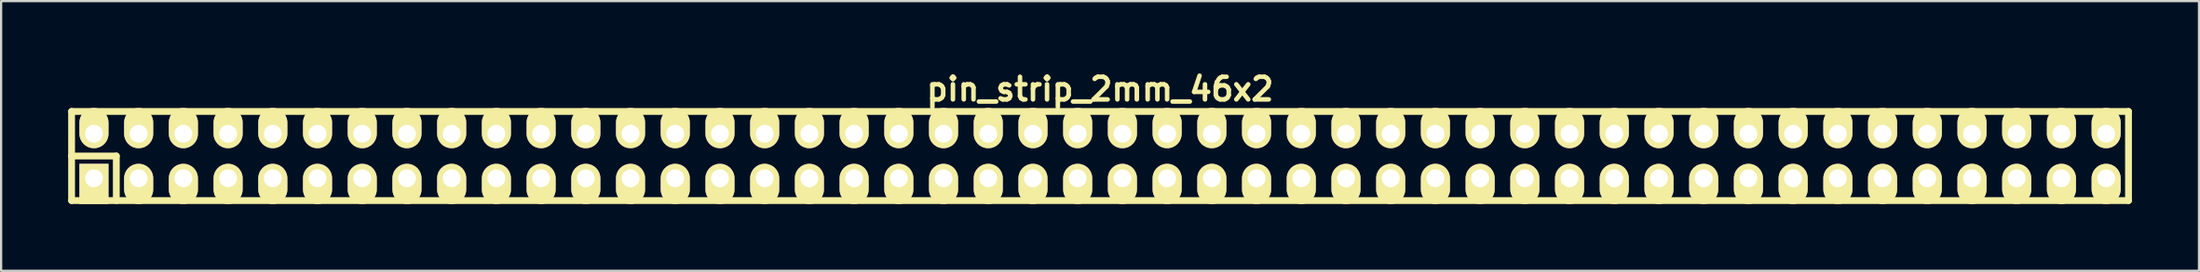
<source format=kicad_pcb>
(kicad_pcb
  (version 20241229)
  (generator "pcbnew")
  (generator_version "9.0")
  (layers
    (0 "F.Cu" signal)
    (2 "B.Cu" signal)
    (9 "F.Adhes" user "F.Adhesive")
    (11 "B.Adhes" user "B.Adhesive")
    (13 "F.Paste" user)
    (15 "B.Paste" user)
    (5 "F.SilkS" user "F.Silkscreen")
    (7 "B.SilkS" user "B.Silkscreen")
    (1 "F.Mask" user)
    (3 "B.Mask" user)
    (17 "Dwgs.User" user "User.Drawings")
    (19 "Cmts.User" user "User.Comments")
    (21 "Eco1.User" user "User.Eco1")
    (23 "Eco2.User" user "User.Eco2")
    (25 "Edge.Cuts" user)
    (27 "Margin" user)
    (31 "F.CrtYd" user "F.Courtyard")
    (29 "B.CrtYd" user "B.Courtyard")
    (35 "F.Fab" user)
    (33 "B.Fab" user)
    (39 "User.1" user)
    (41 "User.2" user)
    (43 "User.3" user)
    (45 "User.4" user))
  (footprint "pin_strip_2mm_46x2"
    (layer "F.Cu")
    (at 46.152 3.951)
    (property "Reference" "pin_strip_2mm_46x2" (at 0 -3 0) (layer "F.SilkS") (effects (font (size 1.016 1.016) (thickness 0.203))))
    (attr through_hole)
    (fp_line (start -46 -2) (end 46 -2) (stroke (width 0.305) (type solid)) (layer "F.SilkS"))
    (fp_line (start -46 0) (end -44 0) (stroke (width 0.305) (type solid)) (layer "F.SilkS"))
    (fp_line (start -46 2) (end -46 -2) (stroke (width 0.305) (type solid)) (layer "F.SilkS"))
    (fp_line (start -44 0) (end -44 2) (stroke (width 0.305) (type solid)) (layer "F.SilkS"))
    (fp_line (start 46 -2) (end 46 2) (stroke (width 0.305) (type solid)) (layer "F.SilkS"))
    (fp_line (start 46 2) (end -46 2) (stroke (width 0.305) (type solid)) (layer "F.SilkS"))
    (pad "1" thru_hole rect (at -45 1) (size 1.3 1.8) (drill 0.8 (offset 0 0.25)) (layers "*.Cu" "*.Mask" "F.SilkS"))
    (pad "2" thru_hole oval (at -45 -1) (size 1.3 1.8) (drill 0.8 (offset 0 -0.25)) (layers "*.Cu" "*.Mask" "F.SilkS"))
    (pad "3" thru_hole oval (at -43 1) (size 1.3 1.8) (drill 0.8 (offset 0 0.25)) (layers "*.Cu" "*.Mask" "F.SilkS"))
    (pad "4" thru_hole oval (at -43 -1) (size 1.3 1.8) (drill 0.8 (offset 0 -0.25)) (layers "*.Cu" "*.Mask" "F.SilkS"))
    (pad "5" thru_hole oval (at -41 1) (size 1.3 1.8) (drill 0.8 (offset 0 0.25)) (layers "*.Cu" "*.Mask" "F.SilkS"))
    (pad "6" thru_hole oval (at -41 -1) (size 1.3 1.8) (drill 0.8 (offset 0 -0.25)) (layers "*.Cu" "*.Mask" "F.SilkS"))
    (pad "7" thru_hole oval (at -39 1) (size 1.3 1.8) (drill 0.8 (offset 0 0.25)) (layers "*.Cu" "*.Mask" "F.SilkS"))
    (pad "8" thru_hole oval (at -39 -1) (size 1.3 1.8) (drill 0.8 (offset 0 -0.25)) (layers "*.Cu" "*.Mask" "F.SilkS"))
    (pad "9" thru_hole oval (at -37 1) (size 1.3 1.8) (drill 0.8 (offset 0 0.25)) (layers "*.Cu" "*.Mask" "F.SilkS"))
    (pad "10" thru_hole oval (at -37 -1) (size 1.3 1.8) (drill 0.8 (offset 0 -0.25)) (layers "*.Cu" "*.Mask" "F.SilkS"))
    (pad "11" thru_hole oval (at -35 1) (size 1.3 1.8) (drill 0.8 (offset 0 0.25)) (layers "*.Cu" "*.Mask" "F.SilkS"))
    (pad "12" thru_hole oval (at -35 -1) (size 1.3 1.8) (drill 0.8 (offset 0 -0.25)) (layers "*.Cu" "*.Mask" "F.SilkS"))
    (pad "13" thru_hole oval (at -33 1) (size 1.3 1.8) (drill 0.8 (offset 0 0.25)) (layers "*.Cu" "*.Mask" "F.SilkS"))
    (pad "14" thru_hole oval (at -33 -1) (size 1.3 1.8) (drill 0.8 (offset 0 -0.25)) (layers "*.Cu" "*.Mask" "F.SilkS"))
    (pad "15" thru_hole oval (at -31 1) (size 1.3 1.8) (drill 0.8 (offset 0 0.25)) (layers "*.Cu" "*.Mask" "F.SilkS"))
    (pad "16" thru_hole oval (at -31 -1) (size 1.3 1.8) (drill 0.8 (offset 0 -0.25)) (layers "*.Cu" "*.Mask" "F.SilkS"))
    (pad "17" thru_hole oval (at -29 1) (size 1.3 1.8) (drill 0.8 (offset 0 0.25)) (layers "*.Cu" "*.Mask" "F.SilkS"))
    (pad "18" thru_hole oval (at -29 -1) (size 1.3 1.8) (drill 0.8 (offset 0 -0.25)) (layers "*.Cu" "*.Mask" "F.SilkS"))
    (pad "19" thru_hole oval (at -27 1) (size 1.3 1.8) (drill 0.8 (offset 0 0.25)) (layers "*.Cu" "*.Mask" "F.SilkS"))
    (pad "20" thru_hole oval (at -27 -1) (size 1.3 1.8) (drill 0.8 (offset 0 -0.25)) (layers "*.Cu" "*.Mask" "F.SilkS"))
    (pad "21" thru_hole oval (at -25 1) (size 1.3 1.8) (drill 0.8 (offset 0 0.25)) (layers "*.Cu" "*.Mask" "F.SilkS"))
    (pad "22" thru_hole oval (at -25 -1) (size 1.3 1.8) (drill 0.8 (offset 0 -0.25)) (layers "*.Cu" "*.Mask" "F.SilkS"))
    (pad "23" thru_hole oval (at -23 1) (size 1.3 1.8) (drill 0.8 (offset 0 0.25)) (layers "*.Cu" "*.Mask" "F.SilkS"))
    (pad "24" thru_hole oval (at -23 -1) (size 1.3 1.8) (drill 0.8 (offset 0 -0.25)) (layers "*.Cu" "*.Mask" "F.SilkS"))
    (pad "25" thru_hole oval (at -21 1) (size 1.3 1.8) (drill 0.8 (offset 0 0.25)) (layers "*.Cu" "*.Mask" "F.SilkS"))
    (pad "26" thru_hole oval (at -21 -1) (size 1.3 1.8) (drill 0.8 (offset 0 -0.25)) (layers "*.Cu" "*.Mask" "F.SilkS"))
    (pad "27" thru_hole oval (at -19 1) (size 1.3 1.8) (drill 0.8 (offset 0 0.25)) (layers "*.Cu" "*.Mask" "F.SilkS"))
    (pad "28" thru_hole oval (at -19 -1) (size 1.3 1.8) (drill 0.8 (offset 0 -0.25)) (layers "*.Cu" "*.Mask" "F.SilkS"))
    (pad "29" thru_hole oval (at -17 1) (size 1.3 1.8) (drill 0.8 (offset 0 0.25)) (layers "*.Cu" "*.Mask" "F.SilkS"))
    (pad "30" thru_hole oval (at -17 -1) (size 1.3 1.8) (drill 0.8 (offset 0 -0.25)) (layers "*.Cu" "*.Mask" "F.SilkS"))
    (pad "31" thru_hole oval (at -15 1) (size 1.3 1.8) (drill 0.8 (offset 0 0.25)) (layers "*.Cu" "*.Mask" "F.SilkS"))
    (pad "32" thru_hole oval (at -15 -1) (size 1.3 1.8) (drill 0.8 (offset 0 -0.25)) (layers "*.Cu" "*.Mask" "F.SilkS"))
    (pad "33" thru_hole oval (at -13 1) (size 1.3 1.8) (drill 0.8 (offset 0 0.25)) (layers "*.Cu" "*.Mask" "F.SilkS"))
    (pad "34" thru_hole oval (at -13 -1) (size 1.3 1.8) (drill 0.8 (offset 0 -0.25)) (layers "*.Cu" "*.Mask" "F.SilkS"))
    (pad "35" thru_hole oval (at -11 1) (size 1.3 1.8) (drill 0.8 (offset 0 0.25)) (layers "*.Cu" "*.Mask" "F.SilkS"))
    (pad "36" thru_hole oval (at -11 -1) (size 1.3 1.8) (drill 0.8 (offset 0 -0.25)) (layers "*.Cu" "*.Mask" "F.SilkS"))
    (pad "37" thru_hole oval (at -9 1) (size 1.3 1.8) (drill 0.8 (offset 0 0.25)) (layers "*.Cu" "*.Mask" "F.SilkS"))
    (pad "38" thru_hole oval (at -9 -1) (size 1.3 1.8) (drill 0.8 (offset 0 -0.25)) (layers "*.Cu" "*.Mask" "F.SilkS"))
    (pad "39" thru_hole oval (at -7 1) (size 1.3 1.8) (drill 0.8 (offset 0 0.25)) (layers "*.Cu" "*.Mask" "F.SilkS"))
    (pad "40" thru_hole oval (at -7 -1) (size 1.3 1.8) (drill 0.8 (offset 0 -0.25)) (layers "*.Cu" "*.Mask" "F.SilkS"))
    (pad "41" thru_hole oval (at -5 1) (size 1.3 1.8) (drill 0.8 (offset 0 0.25)) (layers "*.Cu" "*.Mask" "F.SilkS"))
    (pad "42" thru_hole oval (at -5 -1) (size 1.3 1.8) (drill 0.8 (offset 0 -0.25)) (layers "*.Cu" "*.Mask" "F.SilkS"))
    (pad "43" thru_hole oval (at -3 1) (size 1.3 1.8) (drill 0.8 (offset 0 0.25)) (layers "*.Cu" "*.Mask" "F.SilkS"))
    (pad "44" thru_hole oval (at -3 -1) (size 1.3 1.8) (drill 0.8 (offset 0 -0.25)) (layers "*.Cu" "*.Mask" "F.SilkS"))
    (pad "45" thru_hole oval (at -1 1) (size 1.3 1.8) (drill 0.8 (offset 0 0.25)) (layers "*.Cu" "*.Mask" "F.SilkS"))
    (pad "46" thru_hole oval (at -1 -1) (size 1.3 1.8) (drill 0.8 (offset 0 -0.25)) (layers "*.Cu" "*.Mask" "F.SilkS"))
    (pad "47" thru_hole oval (at 1 1) (size 1.3 1.8) (drill 0.8 (offset 0 0.25)) (layers "*.Cu" "*.Mask" "F.SilkS"))
    (pad "48" thru_hole oval (at 1 -1) (size 1.3 1.8) (drill 0.8 (offset 0 -0.25)) (layers "*.Cu" "*.Mask" "F.SilkS"))
    (pad "49" thru_hole oval (at 3 1) (size 1.3 1.8) (drill 0.8 (offset 0 0.25)) (layers "*.Cu" "*.Mask" "F.SilkS"))
    (pad "50" thru_hole oval (at 3 -1) (size 1.3 1.8) (drill 0.8 (offset 0 -0.25)) (layers "*.Cu" "*.Mask" "F.SilkS"))
    (pad "51" thru_hole oval (at 5 1) (size 1.3 1.8) (drill 0.8 (offset 0 0.25)) (layers "*.Cu" "*.Mask" "F.SilkS"))
    (pad "52" thru_hole oval (at 5 -1) (size 1.3 1.8) (drill 0.8 (offset 0 -0.25)) (layers "*.Cu" "*.Mask" "F.SilkS"))
    (pad "53" thru_hole oval (at 7 1) (size 1.3 1.8) (drill 0.8 (offset 0 0.25)) (layers "*.Cu" "*.Mask" "F.SilkS"))
    (pad "54" thru_hole oval (at 7 -1) (size 1.3 1.8) (drill 0.8 (offset 0 -0.25)) (layers "*.Cu" "*.Mask" "F.SilkS"))
    (pad "55" thru_hole oval (at 9 1) (size 1.3 1.8) (drill 0.8 (offset 0 0.25)) (layers "*.Cu" "*.Mask" "F.SilkS"))
    (pad "56" thru_hole oval (at 9 -1) (size 1.3 1.8) (drill 0.8 (offset 0 -0.25)) (layers "*.Cu" "*.Mask" "F.SilkS"))
    (pad "57" thru_hole oval (at 11 1) (size 1.3 1.8) (drill 0.8 (offset 0 0.25)) (layers "*.Cu" "*.Mask" "F.SilkS"))
    (pad "58" thru_hole oval (at 11 -1) (size 1.3 1.8) (drill 0.8 (offset 0 -0.25)) (layers "*.Cu" "*.Mask" "F.SilkS"))
    (pad "59" thru_hole oval (at 13 1) (size 1.3 1.8) (drill 0.8 (offset 0 0.25)) (layers "*.Cu" "*.Mask" "F.SilkS"))
    (pad "60" thru_hole oval (at 13 -1) (size 1.3 1.8) (drill 0.8 (offset 0 -0.25)) (layers "*.Cu" "*.Mask" "F.SilkS"))
    (pad "61" thru_hole oval (at 15 1) (size 1.3 1.8) (drill 0.8 (offset 0 0.25)) (layers "*.Cu" "*.Mask" "F.SilkS"))
    (pad "62" thru_hole oval (at 15 -1) (size 1.3 1.8) (drill 0.8 (offset 0 -0.25)) (layers "*.Cu" "*.Mask" "F.SilkS"))
    (pad "63" thru_hole oval (at 17 1) (size 1.3 1.8) (drill 0.8 (offset 0 0.25)) (layers "*.Cu" "*.Mask" "F.SilkS"))
    (pad "64" thru_hole oval (at 17 -1) (size 1.3 1.8) (drill 0.8 (offset 0 -0.25)) (layers "*.Cu" "*.Mask" "F.SilkS"))
    (pad "65" thru_hole oval (at 19 1) (size 1.3 1.8) (drill 0.8 (offset 0 0.25)) (layers "*.Cu" "*.Mask" "F.SilkS"))
    (pad "66" thru_hole oval (at 19 -1) (size 1.3 1.8) (drill 0.8 (offset 0 -0.25)) (layers "*.Cu" "*.Mask" "F.SilkS"))
    (pad "67" thru_hole oval (at 21 1) (size 1.3 1.8) (drill 0.8 (offset 0 0.25)) (layers "*.Cu" "*.Mask" "F.SilkS"))
    (pad "68" thru_hole oval (at 21 -1) (size 1.3 1.8) (drill 0.8 (offset 0 -0.25)) (layers "*.Cu" "*.Mask" "F.SilkS"))
    (pad "69" thru_hole oval (at 23 1) (size 1.3 1.8) (drill 0.8 (offset 0 0.25)) (layers "*.Cu" "*.Mask" "F.SilkS"))
    (pad "70" thru_hole oval (at 23 -1) (size 1.3 1.8) (drill 0.8 (offset 0 -0.25)) (layers "*.Cu" "*.Mask" "F.SilkS"))
    (pad "71" thru_hole oval (at 25 1) (size 1.3 1.8) (drill 0.8 (offset 0 0.25)) (layers "*.Cu" "*.Mask" "F.SilkS"))
    (pad "72" thru_hole oval (at 25 -1) (size 1.3 1.8) (drill 0.8 (offset 0 -0.25)) (layers "*.Cu" "*.Mask" "F.SilkS"))
    (pad "73" thru_hole oval (at 27 1) (size 1.3 1.8) (drill 0.8 (offset 0 0.25)) (layers "*.Cu" "*.Mask" "F.SilkS"))
    (pad "74" thru_hole oval (at 27 -1) (size 1.3 1.8) (drill 0.8 (offset 0 -0.25)) (layers "*.Cu" "*.Mask" "F.SilkS"))
    (pad "75" thru_hole oval (at 29 1) (size 1.3 1.8) (drill 0.8 (offset 0 0.25)) (layers "*.Cu" "*.Mask" "F.SilkS"))
    (pad "76" thru_hole oval (at 29 -1) (size 1.3 1.8) (drill 0.8 (offset 0 -0.25)) (layers "*.Cu" "*.Mask" "F.SilkS"))
    (pad "77" thru_hole oval (at 31 1) (size 1.3 1.8) (drill 0.8 (offset 0 0.25)) (layers "*.Cu" "*.Mask" "F.SilkS"))
    (pad "78" thru_hole oval (at 31 -1) (size 1.3 1.8) (drill 0.8 (offset 0 -0.25)) (layers "*.Cu" "*.Mask" "F.SilkS"))
    (pad "79" thru_hole oval (at 33 1) (size 1.3 1.8) (drill 0.8 (offset 0 0.25)) (layers "*.Cu" "*.Mask" "F.SilkS"))
    (pad "80" thru_hole oval (at 33 -1) (size 1.3 1.8) (drill 0.8 (offset 0 -0.25)) (layers "*.Cu" "*.Mask" "F.SilkS"))
    (pad "81" thru_hole oval (at 35 1) (size 1.3 1.8) (drill 0.8 (offset 0 0.25)) (layers "*.Cu" "*.Mask" "F.SilkS"))
    (pad "82" thru_hole oval (at 35 -1) (size 1.3 1.8) (drill 0.8 (offset 0 -0.25)) (layers "*.Cu" "*.Mask" "F.SilkS"))
    (pad "83" thru_hole oval (at 37 1) (size 1.3 1.8) (drill 0.8 (offset 0 0.25)) (layers "*.Cu" "*.Mask" "F.SilkS"))
    (pad "84" thru_hole oval (at 37 -1) (size 1.3 1.8) (drill 0.8 (offset 0 -0.25)) (layers "*.Cu" "*.Mask" "F.SilkS"))
    (pad "85" thru_hole oval (at 39 1) (size 1.3 1.8) (drill 0.8 (offset 0 0.25)) (layers "*.Cu" "*.Mask" "F.SilkS"))
    (pad "86" thru_hole oval (at 39 -1) (size 1.3 1.8) (drill 0.8 (offset 0 -0.25)) (layers "*.Cu" "*.Mask" "F.SilkS"))
    (pad "87" thru_hole oval (at 41 1) (size 1.3 1.8) (drill 0.8 (offset 0 0.25)) (layers "*.Cu" "*.Mask" "F.SilkS"))
    (pad "88" thru_hole oval (at 41 -1) (size 1.3 1.8) (drill 0.8 (offset 0 -0.25)) (layers "*.Cu" "*.Mask" "F.SilkS"))
    (pad "89" thru_hole oval (at 43 1) (size 1.3 1.8) (drill 0.8 (offset 0 0.25)) (layers "*.Cu" "*.Mask" "F.SilkS"))
    (pad "90" thru_hole oval (at 43 -1) (size 1.3 1.8) (drill 0.8 (offset 0 -0.25)) (layers "*.Cu" "*.Mask" "F.SilkS"))
    (pad "91" thru_hole oval (at 45 1) (size 1.3 1.8) (drill 0.8 (offset 0 0.25)) (layers "*.Cu" "*.Mask" "F.SilkS"))
    (pad "92" thru_hole oval (at 45 -1) (size 1.3 1.8) (drill 0.8 (offset 0 -0.25)) (layers "*.Cu" "*.Mask" "F.SilkS")))
  (gr_rect
    (start -3 -3)
    (end 95.305 9.103)
    (stroke (width 0.1) (type default))
    (fill no)
    (layer "Edge.Cuts")))
</source>
